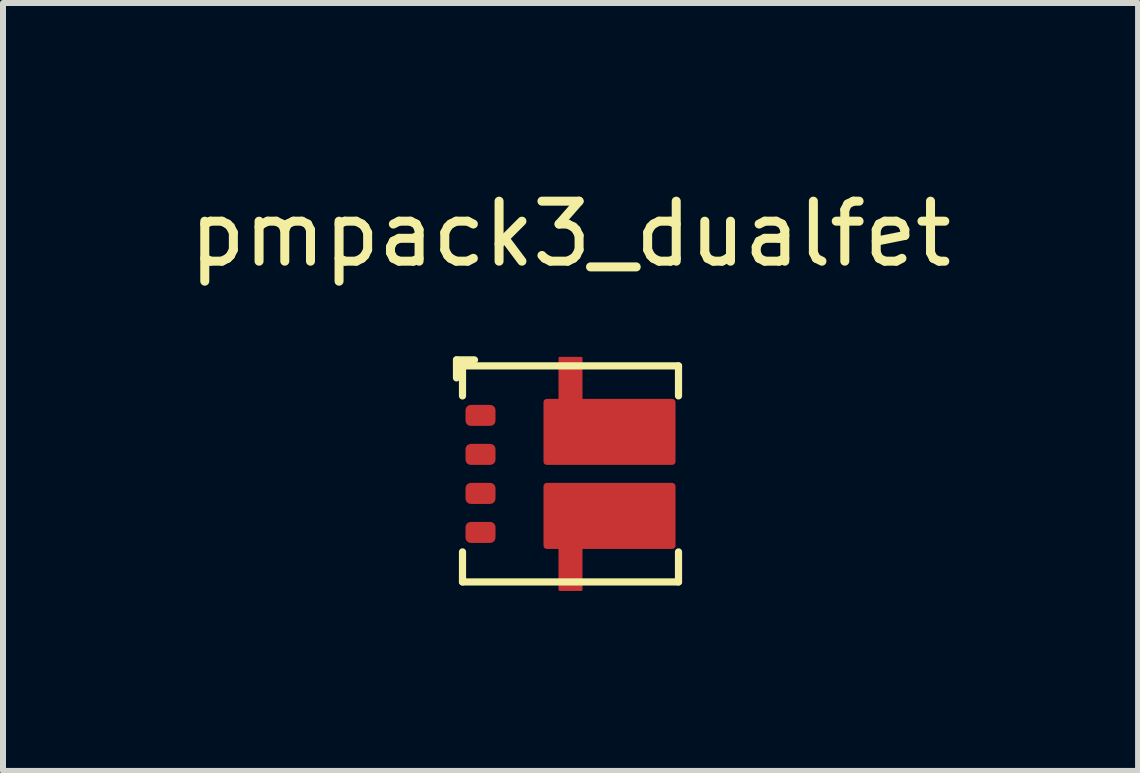
<source format=kicad_pcb>
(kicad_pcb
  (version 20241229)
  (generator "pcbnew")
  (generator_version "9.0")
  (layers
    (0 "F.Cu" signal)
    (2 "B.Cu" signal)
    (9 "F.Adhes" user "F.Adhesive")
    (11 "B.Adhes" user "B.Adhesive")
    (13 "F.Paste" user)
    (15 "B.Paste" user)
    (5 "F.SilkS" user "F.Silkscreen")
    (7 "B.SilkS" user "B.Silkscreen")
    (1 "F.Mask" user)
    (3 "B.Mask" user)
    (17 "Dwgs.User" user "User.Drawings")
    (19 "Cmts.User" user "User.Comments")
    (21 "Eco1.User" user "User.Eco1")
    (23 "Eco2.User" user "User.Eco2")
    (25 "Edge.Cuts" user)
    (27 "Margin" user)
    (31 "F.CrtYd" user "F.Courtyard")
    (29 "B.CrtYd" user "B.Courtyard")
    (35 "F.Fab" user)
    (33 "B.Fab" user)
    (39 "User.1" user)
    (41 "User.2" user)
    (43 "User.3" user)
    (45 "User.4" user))
  (footprint "pmpack3_dualfet"
    (layer "F.Cu")
    (at 6.458 4.848)
    (property "Reference" "pmpack3_dualfet" (at 0 -4 0) (unlocked yes) (layer "F.SilkS") (effects (font (size 1 1) (thickness 0.15))))
    (attr smd)
    (fp_line (start -1.9 -1.9) (end -1.6 -1.9) (stroke (width 0.12) (type solid)) (layer "F.SilkS"))
    (fp_line (start -1.9 -1.6) (end -1.9 -1.9) (stroke (width 0.12) (type solid)) (layer "F.SilkS"))
    (fp_line (start -1.8 -1.8) (end 1.8 -1.8) (stroke (width 0.12) (type solid)) (layer "F.SilkS"))
    (fp_line (start -1.8 -1.3) (end -1.8 -1.8) (stroke (width 0.12) (type solid)) (layer "F.SilkS"))
    (fp_line (start -1.8 1.8) (end -1.8 1.3) (stroke (width 0.12) (type solid)) (layer "F.SilkS"))
    (fp_line (start 1.8 -1.8) (end 1.8 -1.3) (stroke (width 0.12) (type solid)) (layer "F.SilkS"))
    (fp_line (start 1.8 1.3) (end 1.8 1.8) (stroke (width 0.12) (type solid)) (layer "F.SilkS"))
    (fp_line (start 1.8 1.8) (end -1.8 1.8) (stroke (width 0.12) (type solid)) (layer "F.SilkS"))
    (pad "1" smd roundrect (at -1.5 -0.975) (size 0.5 0.35) (layers "F.Cu" "F.Mask" "F.Paste") (roundrect_rratio 0.25))
    (pad "2" smd roundrect (at -1.5 -0.325) (size 0.5 0.35) (layers "F.Cu" "F.Mask" "F.Paste") (roundrect_rratio 0.25))
    (pad "3" smd roundrect (at -1.5 0.325) (size 0.5 0.35) (layers "F.Cu" "F.Mask" "F.Paste") (roundrect_rratio 0.25))
    (pad "4" smd roundrect (at -1.5 0.975) (size 0.5 0.35) (layers "F.Cu" "F.Mask" "F.Paste") (roundrect_rratio 0.25))
    (pad "5" smd roundrect (at 0 1.4) (size 0.4 1.1) (layers "F.Cu" "F.Mask" "F.Paste") (roundrect_rratio 0.05))
    (pad "5" smd roundrect (at 0.65 0.7) (size 2.2 1.1) (layers "F.Cu" "F.Mask" "F.Paste") (roundrect_rratio 0.05))
    (pad "7" smd roundrect (at 0 -1.4) (size 0.4 1.1) (layers "F.Cu" "F.Mask" "F.Paste") (roundrect_rratio 0.05))
    (pad "7" smd roundrect (at 0.65 -0.7) (size 2.2 1.1) (layers "F.Cu" "F.Mask" "F.Paste") (roundrect_rratio 0.05)))
  (gr_rect
    (start -3 -3)
    (end 15.917 9.798)
    (stroke (width 0.1) (type default))
    (fill no)
    (layer "Edge.Cuts")))
</source>
